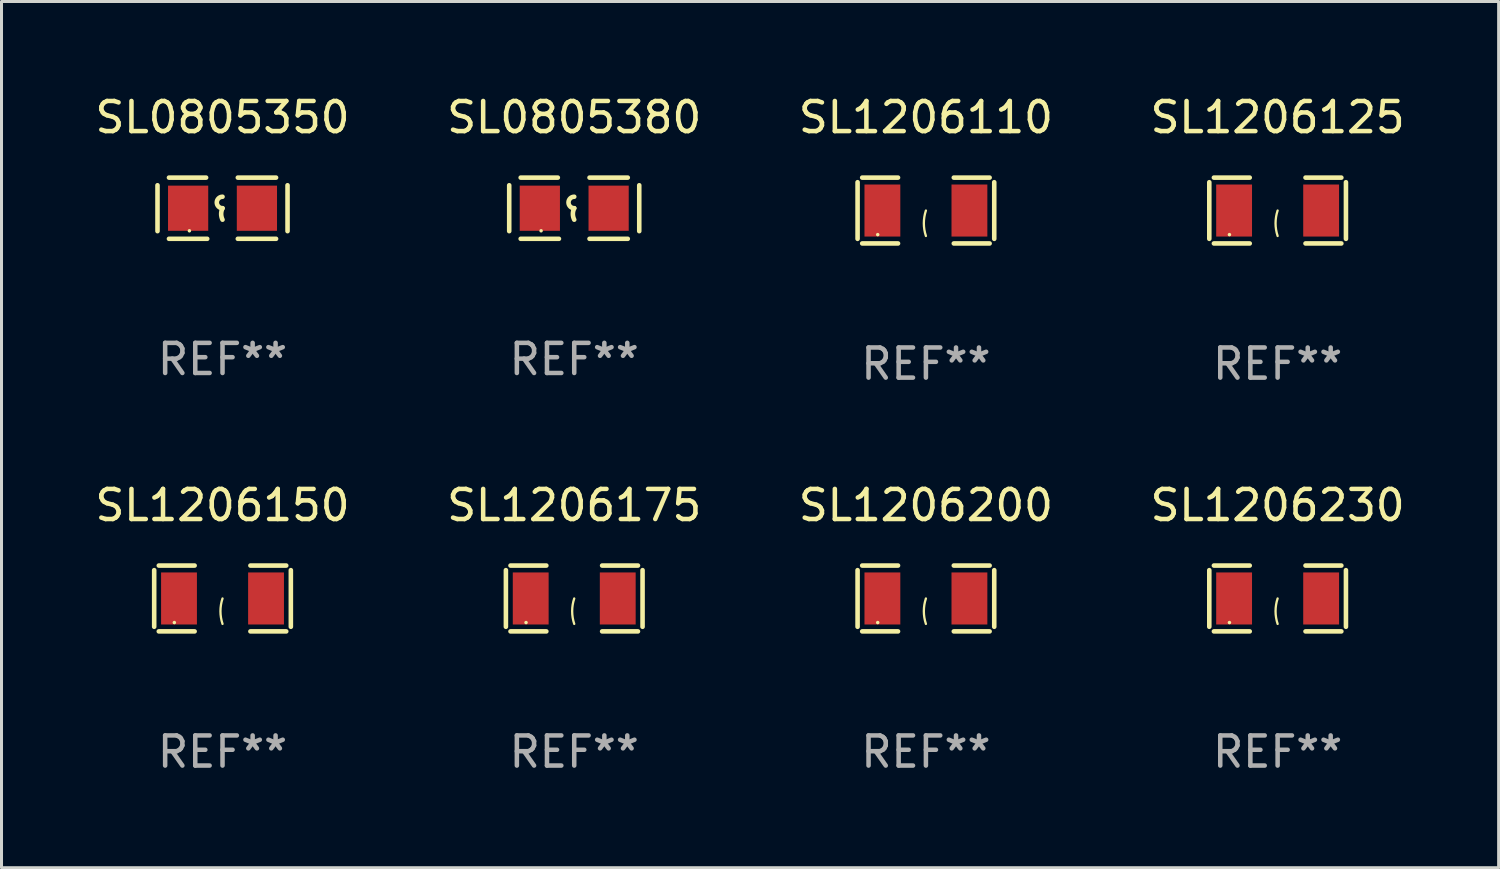
<source format=kicad_pcb>
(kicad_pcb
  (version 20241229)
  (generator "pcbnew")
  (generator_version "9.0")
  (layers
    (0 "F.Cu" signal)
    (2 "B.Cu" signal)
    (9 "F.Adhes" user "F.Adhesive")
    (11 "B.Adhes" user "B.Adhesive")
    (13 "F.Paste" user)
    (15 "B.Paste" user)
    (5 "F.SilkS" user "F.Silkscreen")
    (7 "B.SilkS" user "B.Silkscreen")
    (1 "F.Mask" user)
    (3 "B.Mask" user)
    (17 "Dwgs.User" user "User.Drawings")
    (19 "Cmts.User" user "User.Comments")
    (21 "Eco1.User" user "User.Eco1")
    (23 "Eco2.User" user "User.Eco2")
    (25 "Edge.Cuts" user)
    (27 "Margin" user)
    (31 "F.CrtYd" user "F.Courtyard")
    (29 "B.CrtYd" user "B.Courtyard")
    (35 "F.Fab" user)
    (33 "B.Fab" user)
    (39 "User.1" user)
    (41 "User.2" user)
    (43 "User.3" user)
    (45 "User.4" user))
  (footprint "SL1206110"
    (layer "F.Cu")
    (at 27.696 3.941)
    (property "Reference" "SL1206110" (at 0 -3.093 0) (layer "F.SilkS") (effects (font (size 1 1) (thickness 0.15))))
    (attr through_hole)
    (fp_line (start -2.269 -0.94) (end -2.269 0.94) (stroke (width 0.152) (type solid)) (layer "F.SilkS"))
    (fp_line (start -2.116 1.093) (end -0.926 1.093) (stroke (width 0.152) (type solid)) (layer "F.SilkS"))
    (fp_line (start -0.926 -1.093) (end -2.116 -1.093) (stroke (width 0.152) (type solid)) (layer "F.SilkS"))
    (fp_line (start 0.926 -1.093) (end 2.116 -1.093) (stroke (width 0.152) (type solid)) (layer "F.SilkS"))
    (fp_line (start 2.116 1.093) (end 0.926 1.093) (stroke (width 0.152) (type solid)) (layer "F.SilkS"))
    (fp_line (start 2.269 -0.94) (end 2.269 0.94) (stroke (width 0.152) (type solid)) (layer "F.SilkS"))
    (fp_arc (start 0 0.844951) (mid -0.068559 0.422475) (end 0 0) (stroke (width 0.0762) (type solid)) (layer "F.SilkS"))
    (fp_circle (center -1.6 0.8) (end -1.57 0.8) (stroke (width 0.06) (type solid)) (fill no) (layer "F.SilkS"))
    (fp_text user "REF**" (at 0 5.093 0) (layer "F.Fab") (effects (font (size 1 1) (thickness 0.15))))
    (pad "1" smd rect (at -1.445 0) (size 1.19 1.728) (layers "F.Cu" "F.Mask" "F.Paste"))
    (pad "2" smd rect (at 1.445 0) (size 1.19 1.728) (layers "F.Cu" "F.Mask" "F.Paste")))
  (footprint "SL1206175"
    (layer "F.Cu")
    (at 16.018 16.823)
    (property "Reference" "SL1206175" (at 0 -3.093 0) (layer "F.SilkS") (effects (font (size 1 1) (thickness 0.15))))
    (attr through_hole)
    (fp_line (start -2.269 -0.94) (end -2.269 0.94) (stroke (width 0.152) (type solid)) (layer "F.SilkS"))
    (fp_line (start -2.116 1.093) (end -0.926 1.093) (stroke (width 0.152) (type solid)) (layer "F.SilkS"))
    (fp_line (start -0.926 -1.093) (end -2.116 -1.093) (stroke (width 0.152) (type solid)) (layer "F.SilkS"))
    (fp_line (start 0.926 -1.093) (end 2.116 -1.093) (stroke (width 0.152) (type solid)) (layer "F.SilkS"))
    (fp_line (start 2.116 1.093) (end 0.926 1.093) (stroke (width 0.152) (type solid)) (layer "F.SilkS"))
    (fp_line (start 2.269 -0.94) (end 2.269 0.94) (stroke (width 0.152) (type solid)) (layer "F.SilkS"))
    (fp_arc (start 0 0.844951) (mid -0.068559 0.422475) (end 0 0) (stroke (width 0.0762) (type solid)) (layer "F.SilkS"))
    (fp_circle (center -1.6 0.8) (end -1.57 0.8) (stroke (width 0.06) (type solid)) (fill no) (layer "F.SilkS"))
    (fp_text user "REF**" (at 0 5.093 0) (layer "F.Fab") (effects (font (size 1 1) (thickness 0.15))))
    (pad "1" smd rect (at -1.445 0) (size 1.19 1.728) (layers "F.Cu" "F.Mask" "F.Paste"))
    (pad "2" smd rect (at 1.445 0) (size 1.19 1.728) (layers "F.Cu" "F.Mask" "F.Paste")))
  (footprint "SL1206200"
    (layer "F.Cu")
    (at 27.696 16.823)
    (property "Reference" "SL1206200" (at 0 -3.093 0) (layer "F.SilkS") (effects (font (size 1 1) (thickness 0.15))))
    (attr through_hole)
    (fp_line (start -2.269 -0.94) (end -2.269 0.94) (stroke (width 0.152) (type solid)) (layer "F.SilkS"))
    (fp_line (start -2.116 1.093) (end -0.926 1.093) (stroke (width 0.152) (type solid)) (layer "F.SilkS"))
    (fp_line (start -0.926 -1.093) (end -2.116 -1.093) (stroke (width 0.152) (type solid)) (layer "F.SilkS"))
    (fp_line (start 0.926 -1.093) (end 2.116 -1.093) (stroke (width 0.152) (type solid)) (layer "F.SilkS"))
    (fp_line (start 2.116 1.093) (end 0.926 1.093) (stroke (width 0.152) (type solid)) (layer "F.SilkS"))
    (fp_line (start 2.269 -0.94) (end 2.269 0.94) (stroke (width 0.152) (type solid)) (layer "F.SilkS"))
    (fp_arc (start 0 0.844951) (mid -0.068559 0.422475) (end 0 0) (stroke (width 0.0762) (type solid)) (layer "F.SilkS"))
    (fp_circle (center -1.6 0.8) (end -1.57 0.8) (stroke (width 0.06) (type solid)) (fill no) (layer "F.SilkS"))
    (fp_text user "REF**" (at 0 5.093 0) (layer "F.Fab") (effects (font (size 1 1) (thickness 0.15))))
    (pad "1" smd rect (at -1.445 0) (size 1.19 1.728) (layers "F.Cu" "F.Mask" "F.Paste"))
    (pad "2" smd rect (at 1.445 0) (size 1.19 1.728) (layers "F.Cu" "F.Mask" "F.Paste")))
  (footprint "SL1206150"
    (layer "F.Cu")
    (at 4.339 16.823)
    (property "Reference" "SL1206150" (at 0 -3.093 0) (layer "F.SilkS") (effects (font (size 1 1) (thickness 0.15))))
    (attr through_hole)
    (fp_line (start -2.269 -0.94) (end -2.269 0.94) (stroke (width 0.152) (type solid)) (layer "F.SilkS"))
    (fp_line (start -2.116 1.093) (end -0.926 1.093) (stroke (width 0.152) (type solid)) (layer "F.SilkS"))
    (fp_line (start -0.926 -1.093) (end -2.116 -1.093) (stroke (width 0.152) (type solid)) (layer "F.SilkS"))
    (fp_line (start 0.926 -1.093) (end 2.116 -1.093) (stroke (width 0.152) (type solid)) (layer "F.SilkS"))
    (fp_line (start 2.116 1.093) (end 0.926 1.093) (stroke (width 0.152) (type solid)) (layer "F.SilkS"))
    (fp_line (start 2.269 -0.94) (end 2.269 0.94) (stroke (width 0.152) (type solid)) (layer "F.SilkS"))
    (fp_arc (start 0 0.844951) (mid -0.068559 0.422475) (end 0 0) (stroke (width 0.0762) (type solid)) (layer "F.SilkS"))
    (fp_circle (center -1.6 0.8) (end -1.57 0.8) (stroke (width 0.06) (type solid)) (fill no) (layer "F.SilkS"))
    (fp_text user "REF**" (at 0 5.093 0) (layer "F.Fab") (effects (font (size 1 1) (thickness 0.15))))
    (pad "1" smd rect (at -1.445 0) (size 1.19 1.728) (layers "F.Cu" "F.Mask" "F.Paste"))
    (pad "2" smd rect (at 1.445 0) (size 1.19 1.728) (layers "F.Cu" "F.Mask" "F.Paste")))
  (footprint "SL1206125"
    (layer "F.Cu")
    (at 39.375 3.941)
    (property "Reference" "SL1206125" (at 0 -3.093 0) (layer "F.SilkS") (effects (font (size 1 1) (thickness 0.15))))
    (attr through_hole)
    (fp_line (start -2.269 -0.94) (end -2.269 0.94) (stroke (width 0.152) (type solid)) (layer "F.SilkS"))
    (fp_line (start -2.116 1.093) (end -0.926 1.093) (stroke (width 0.152) (type solid)) (layer "F.SilkS"))
    (fp_line (start -0.926 -1.093) (end -2.116 -1.093) (stroke (width 0.152) (type solid)) (layer "F.SilkS"))
    (fp_line (start 0.926 -1.093) (end 2.116 -1.093) (stroke (width 0.152) (type solid)) (layer "F.SilkS"))
    (fp_line (start 2.116 1.093) (end 0.926 1.093) (stroke (width 0.152) (type solid)) (layer "F.SilkS"))
    (fp_line (start 2.269 -0.94) (end 2.269 0.94) (stroke (width 0.152) (type solid)) (layer "F.SilkS"))
    (fp_arc (start 0 0.844951) (mid -0.068559 0.422475) (end 0 0) (stroke (width 0.0762) (type solid)) (layer "F.SilkS"))
    (fp_circle (center -1.6 0.8) (end -1.57 0.8) (stroke (width 0.06) (type solid)) (fill no) (layer "F.SilkS"))
    (fp_text user "REF**" (at 0 5.093 0) (layer "F.Fab") (effects (font (size 1 1) (thickness 0.15))))
    (pad "1" smd rect (at -1.445 0) (size 1.19 1.728) (layers "F.Cu" "F.Mask" "F.Paste"))
    (pad "2" smd rect (at 1.445 0) (size 1.19 1.728) (layers "F.Cu" "F.Mask" "F.Paste")))
  (footprint "SL1206230"
    (layer "F.Cu")
    (at 39.375 16.823)
    (property "Reference" "SL1206230" (at 0 -3.093 0) (layer "F.SilkS") (effects (font (size 1 1) (thickness 0.15))))
    (attr through_hole)
    (fp_line (start -2.269 -0.94) (end -2.269 0.94) (stroke (width 0.152) (type solid)) (layer "F.SilkS"))
    (fp_line (start -2.116 1.093) (end -0.926 1.093) (stroke (width 0.152) (type solid)) (layer "F.SilkS"))
    (fp_line (start -0.926 -1.093) (end -2.116 -1.093) (stroke (width 0.152) (type solid)) (layer "F.SilkS"))
    (fp_line (start 0.926 -1.093) (end 2.116 -1.093) (stroke (width 0.152) (type solid)) (layer "F.SilkS"))
    (fp_line (start 2.116 1.093) (end 0.926 1.093) (stroke (width 0.152) (type solid)) (layer "F.SilkS"))
    (fp_line (start 2.269 -0.94) (end 2.269 0.94) (stroke (width 0.152) (type solid)) (layer "F.SilkS"))
    (fp_arc (start 0 0.844951) (mid -0.068559 0.422475) (end 0 0) (stroke (width 0.0762) (type solid)) (layer "F.SilkS"))
    (fp_circle (center -1.6 0.8) (end -1.57 0.8) (stroke (width 0.06) (type solid)) (fill no) (layer "F.SilkS"))
    (fp_text user "REF**" (at 0 5.093 0) (layer "F.Fab") (effects (font (size 1 1) (thickness 0.15))))
    (pad "1" smd rect (at -1.445 0) (size 1.19 1.728) (layers "F.Cu" "F.Mask" "F.Paste"))
    (pad "2" smd rect (at 1.445 0) (size 1.19 1.728) (layers "F.Cu" "F.Mask" "F.Paste")))
  (footprint "SL0805380"
    (layer "F.Cu")
    (at 16.018 3.864)
    (property "Reference" "SL0805380" (at 0 -3.016 0) (layer "F.SilkS") (effects (font (size 1 1) (thickness 0.15))))
    (attr through_hole)
    (fp_line (start -2.159 -0.762) (end -2.159 0.762) (stroke (width 0.152) (type solid)) (layer "F.SilkS"))
    (fp_line (start -1.778 -1.016) (end -0.545 -1.016) (stroke (width 0.152) (type solid)) (layer "F.SilkS"))
    (fp_line (start -0.508 1.016) (end -1.778 1.016) (stroke (width 0.152) (type solid)) (layer "F.SilkS"))
    (fp_line (start 0.508 1.016) (end 1.778 1.016) (stroke (width 0.152) (type solid)) (layer "F.SilkS"))
    (fp_line (start 1.778 -1.016) (end 0.508 -1.016) (stroke (width 0.152) (type solid)) (layer "F.SilkS"))
    (fp_line (start 2.159 -0.762) (end 2.159 0.762) (stroke (width 0.152) (type solid)) (layer "F.SilkS"))
    (fp_arc (start 0 0) (mid -0.1905 -0.1905) (end 0 -0.381) (stroke (width 0.151994) (type solid)) (layer "F.SilkS"))
    (fp_arc (start 0 0.381001) (mid -0.044971 0.1905) (end 0 0) (stroke (width 0.151994) (type solid)) (layer "F.SilkS"))
    (fp_circle (center -1.1 0.75) (end -1.07 0.75) (stroke (width 0.06) (type solid)) (fill no) (layer "F.SilkS"))
    (fp_text user "REF**" (at 0 5.016 0) (layer "F.Fab") (effects (font (size 1 1) (thickness 0.15))))
    (pad "1" smd rect (at -1.142 0) (size 1.335 1.5) (layers "F.Cu" "F.Mask" "F.Paste"))
    (pad "2" smd rect (at 1.142 0) (size 1.335 1.5) (layers "F.Cu" "F.Mask" "F.Paste")))
  (footprint "SL0805350"
    (layer "F.Cu")
    (at 4.339 3.864)
    (property "Reference" "SL0805350" (at 0 -3.016 0) (layer "F.SilkS") (effects (font (size 1 1) (thickness 0.15))))
    (attr through_hole)
    (fp_line (start -2.159 -0.762) (end -2.159 0.762) (stroke (width 0.152) (type solid)) (layer "F.SilkS"))
    (fp_line (start -1.778 -1.016) (end -0.545 -1.016) (stroke (width 0.152) (type solid)) (layer "F.SilkS"))
    (fp_line (start -0.508 1.016) (end -1.778 1.016) (stroke (width 0.152) (type solid)) (layer "F.SilkS"))
    (fp_line (start 0.508 1.016) (end 1.778 1.016) (stroke (width 0.152) (type solid)) (layer "F.SilkS"))
    (fp_line (start 1.778 -1.016) (end 0.508 -1.016) (stroke (width 0.152) (type solid)) (layer "F.SilkS"))
    (fp_line (start 2.159 -0.762) (end 2.159 0.762) (stroke (width 0.152) (type solid)) (layer "F.SilkS"))
    (fp_arc (start 0 0) (mid -0.1905 -0.1905) (end 0 -0.381) (stroke (width 0.151994) (type solid)) (layer "F.SilkS"))
    (fp_arc (start 0 0.381001) (mid -0.044971 0.1905) (end 0 0) (stroke (width 0.151994) (type solid)) (layer "F.SilkS"))
    (fp_circle (center -1.1 0.75) (end -1.07 0.75) (stroke (width 0.06) (type solid)) (fill no) (layer "F.SilkS"))
    (fp_text user "REF**" (at 0 5.016 0) (layer "F.Fab") (effects (font (size 1 1) (thickness 0.15))))
    (pad "1" smd rect (at -1.142 0) (size 1.335 1.5) (layers "F.Cu" "F.Mask" "F.Paste"))
    (pad "2" smd rect (at 1.142 0) (size 1.335 1.5) (layers "F.Cu" "F.Mask" "F.Paste")))
  (gr_rect
    (start -3 -3)
    (end 46.714 25.763)
    (stroke (width 0.1) (type default))
    (fill no)
    (layer "Edge.Cuts")))
</source>
